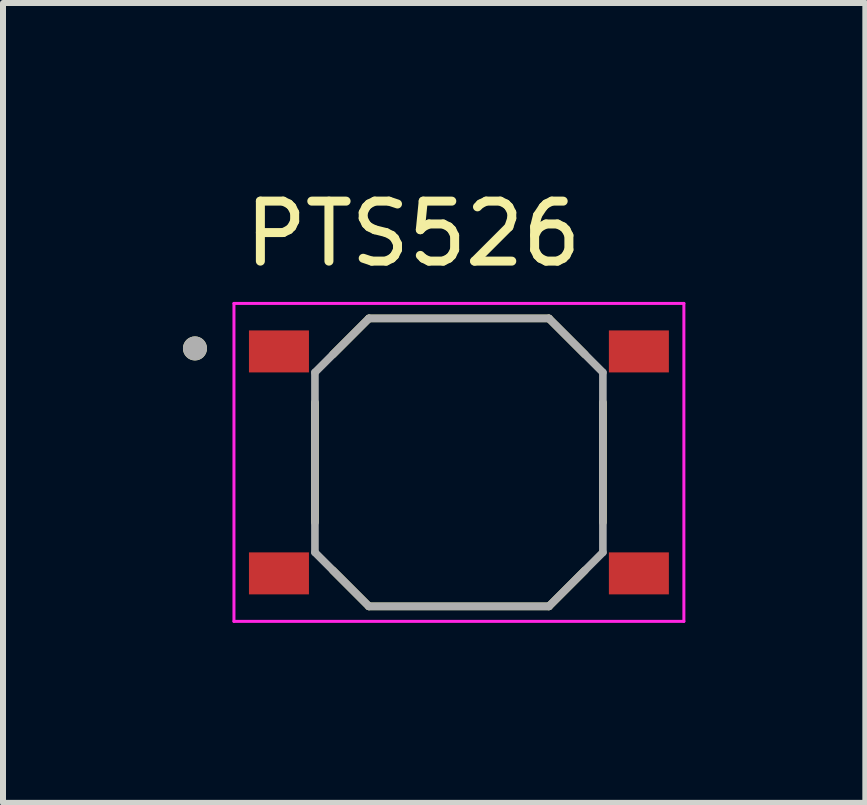
<source format=kicad_pcb>
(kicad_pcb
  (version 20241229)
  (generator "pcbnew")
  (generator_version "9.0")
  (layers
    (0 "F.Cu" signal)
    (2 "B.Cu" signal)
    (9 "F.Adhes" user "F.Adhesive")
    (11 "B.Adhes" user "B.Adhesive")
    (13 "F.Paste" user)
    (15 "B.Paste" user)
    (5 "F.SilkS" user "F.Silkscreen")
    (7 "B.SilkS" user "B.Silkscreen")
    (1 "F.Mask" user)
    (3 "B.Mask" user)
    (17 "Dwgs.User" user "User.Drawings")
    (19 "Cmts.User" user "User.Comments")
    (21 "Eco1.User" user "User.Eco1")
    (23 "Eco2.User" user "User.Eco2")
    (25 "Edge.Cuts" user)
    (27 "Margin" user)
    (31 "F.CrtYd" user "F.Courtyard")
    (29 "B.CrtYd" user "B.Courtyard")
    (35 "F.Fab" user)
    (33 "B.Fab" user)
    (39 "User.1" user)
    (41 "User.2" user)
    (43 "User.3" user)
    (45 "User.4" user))
  (footprint "PTS526"
    (layer "F.Cu")
    (at 4.6 4.658)
    (property "Reference" "PTS526" (at -0.762 -3.81 0) (layer "F.SilkS") (effects (font (size 1 1) (thickness 0.15))))
    (attr through_hole)
    (fp_line (start -2.4 -1) (end -2.4 1) (stroke (width 0.127) (type solid)) (layer "F.SilkS"))
    (fp_line (start -2.1 1.8) (end -1.5 2.4) (stroke (width 0.127) (type solid)) (layer "F.SilkS"))
    (fp_line (start -1.5 -2.4) (end -2.1 -1.8) (stroke (width 0.127) (type solid)) (layer "F.SilkS"))
    (fp_line (start -1.5 2.4) (end 1.5 2.4) (stroke (width 0.127) (type solid)) (layer "F.SilkS"))
    (fp_line (start 1.5 -2.4) (end -1.5 -2.4) (stroke (width 0.127) (type solid)) (layer "F.SilkS"))
    (fp_line (start 1.5 -2.4) (end 2.1 -1.8) (stroke (width 0.127) (type solid)) (layer "F.SilkS"))
    (fp_line (start 1.5 2.4) (end 2.1 1.8) (stroke (width 0.127) (type solid)) (layer "F.SilkS"))
    (fp_line (start 2.4 -1) (end 2.4 1) (stroke (width 0.127) (type solid)) (layer "F.SilkS"))
    (fp_circle (center -4.4 -1.9) (end -4.3 -1.9) (stroke (width 0.2) (type solid)) (fill no) (layer "F.SilkS"))
    (fp_line (start -3.75 -2.65) (end 3.75 -2.65) (stroke (width 0.05) (type solid)) (layer "F.CrtYd"))
    (fp_line (start -3.75 2.65) (end -3.75 -2.65) (stroke (width 0.05) (type solid)) (layer "F.CrtYd"))
    (fp_line (start 3.75 -2.65) (end 3.75 2.65) (stroke (width 0.05) (type solid)) (layer "F.CrtYd"))
    (fp_line (start 3.75 2.65) (end -3.75 2.65) (stroke (width 0.05) (type solid)) (layer "F.CrtYd"))
    (fp_line (start -2.4 -1.5) (end -2.4 1.5) (stroke (width 0.127) (type solid)) (layer "F.Fab"))
    (fp_line (start -1.5 -2.4) (end -2.4 -1.5) (stroke (width 0.127) (type solid)) (layer "F.Fab"))
    (fp_line (start -1.5 -2.4) (end 1.5 -2.4) (stroke (width 0.127) (type solid)) (layer "F.Fab"))
    (fp_line (start -1.5 2.4) (end -2.4 1.5) (stroke (width 0.127) (type solid)) (layer "F.Fab"))
    (fp_line (start -1.5 2.4) (end 1.5 2.4) (stroke (width 0.127) (type solid)) (layer "F.Fab"))
    (fp_line (start 1.5 -2.4) (end 2.4 -1.5) (stroke (width 0.127) (type solid)) (layer "F.Fab"))
    (fp_line (start 1.5 2.4) (end 2.4 1.5) (stroke (width 0.127) (type solid)) (layer "F.Fab"))
    (fp_line (start 2.4 -1.5) (end 2.4 1.5) (stroke (width 0.127) (type solid)) (layer "F.Fab"))
    (fp_circle (center -4.4 -1.9) (end -4.3 -1.9) (stroke (width 0.2) (type solid)) (fill no) (layer "F.Fab"))
    (pad "1" smd rect (at -3 -1.85) (size 1 0.7) (layers "F.Cu" "F.Mask" "F.Paste"))
    (pad "2" smd rect (at 3 -1.85) (size 1 0.7) (layers "F.Cu" "F.Mask" "F.Paste"))
    (pad "3" smd rect (at -3 1.85) (size 1 0.7) (layers "F.Cu" "F.Mask" "F.Paste"))
    (pad "4" smd rect (at 3 1.85) (size 1 0.7) (layers "F.Cu" "F.Mask" "F.Paste")))
  (gr_rect
    (start -3 -3)
    (end 11.375 10.333)
    (stroke (width 0.1) (type default))
    (fill no)
    (layer "Edge.Cuts")))
</source>
